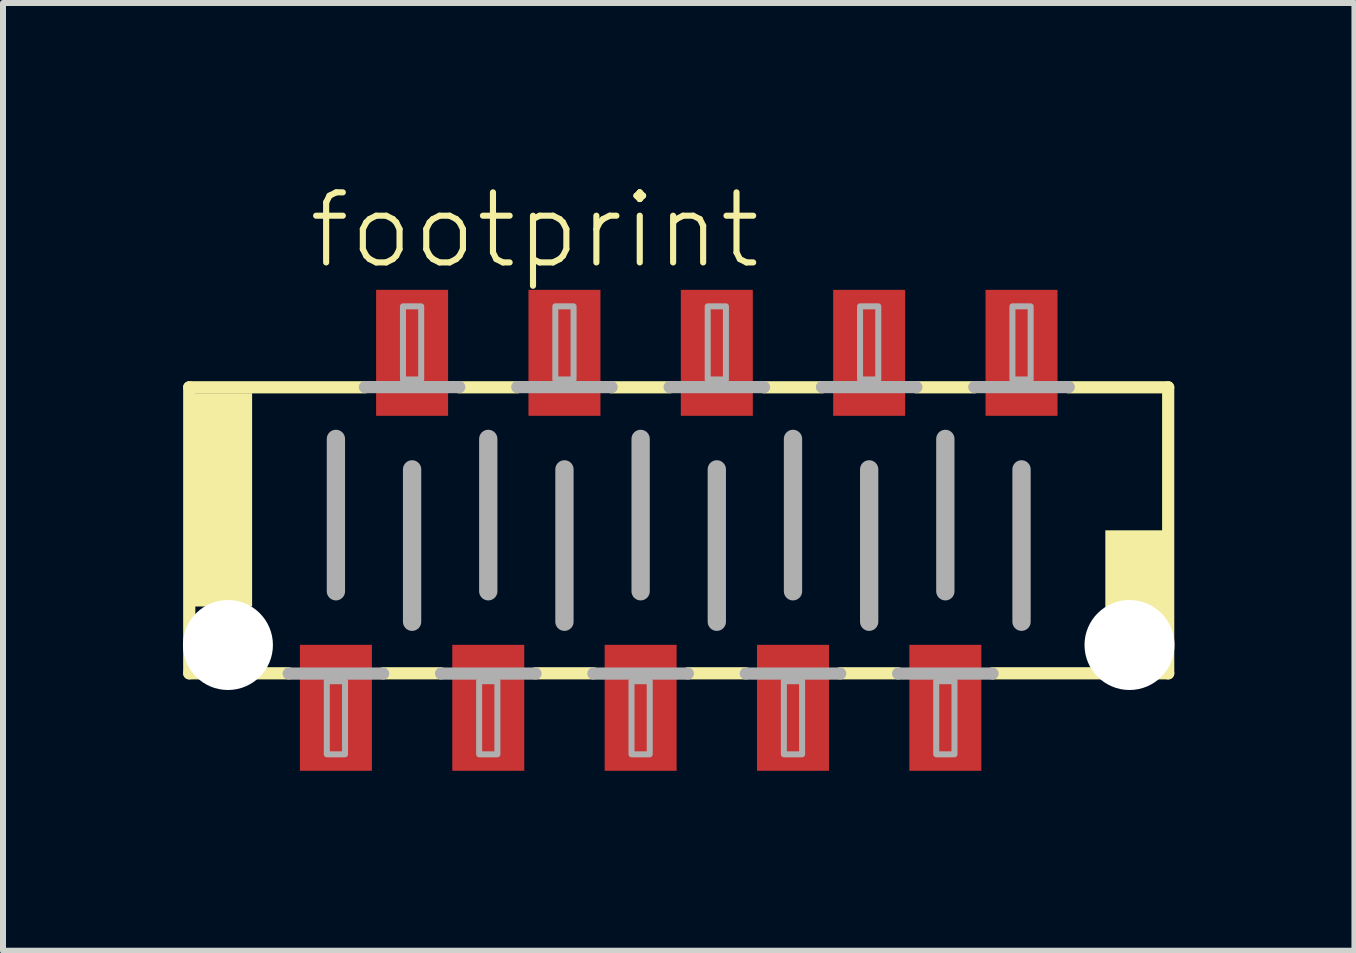
<source format=kicad_pcb>
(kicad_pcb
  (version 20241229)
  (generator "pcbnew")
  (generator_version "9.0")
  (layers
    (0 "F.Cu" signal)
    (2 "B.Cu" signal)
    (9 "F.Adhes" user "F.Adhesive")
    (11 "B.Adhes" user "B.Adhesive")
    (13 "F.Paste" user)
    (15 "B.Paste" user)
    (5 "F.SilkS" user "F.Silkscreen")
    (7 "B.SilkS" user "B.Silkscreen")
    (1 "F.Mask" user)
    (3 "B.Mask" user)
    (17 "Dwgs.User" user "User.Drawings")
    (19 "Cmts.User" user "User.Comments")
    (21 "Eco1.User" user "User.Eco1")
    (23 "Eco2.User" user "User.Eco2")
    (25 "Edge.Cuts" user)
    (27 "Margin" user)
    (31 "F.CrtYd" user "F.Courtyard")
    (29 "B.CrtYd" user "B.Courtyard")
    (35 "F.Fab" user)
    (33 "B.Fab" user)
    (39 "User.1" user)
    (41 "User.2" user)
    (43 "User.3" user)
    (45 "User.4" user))
  (footprint "footprint"
    (layer "F.Cu")
    (at 8.265 5.791)
    (property "Reference" "footprint" (at -6.223 -4.318 0) (layer "F.SilkS") (effects (font (size 1.168 1.168) (thickness 0.102)) (justify left bottom)))
    (fp_line (start -8.16 -2.384) (end -5.232 -2.384) (stroke (width 0.203) (type solid)) (layer "F.SilkS"))
    (fp_line (start -8.16 2.384) (end -8.16 -2.384) (stroke (width 0.203) (type solid)) (layer "F.SilkS"))
    (fp_line (start -6.502 2.384) (end -8.16 2.384) (stroke (width 0.203) (type solid)) (layer "F.SilkS"))
    (fp_line (start -3.962 2.384) (end -4.928 2.384) (stroke (width 0.203) (type solid)) (layer "F.SilkS"))
    (fp_line (start -3.658 -2.384) (end -2.692 -2.384) (stroke (width 0.203) (type solid)) (layer "F.SilkS"))
    (fp_line (start -1.422 2.384) (end -2.388 2.384) (stroke (width 0.203) (type solid)) (layer "F.SilkS"))
    (fp_line (start -1.118 -2.384) (end -0.152 -2.384) (stroke (width 0.203) (type solid)) (layer "F.SilkS"))
    (fp_line (start 1.118 2.384) (end 0.152 2.384) (stroke (width 0.203) (type solid)) (layer "F.SilkS"))
    (fp_line (start 1.422 -2.384) (end 2.388 -2.384) (stroke (width 0.203) (type solid)) (layer "F.SilkS"))
    (fp_line (start 3.658 2.384) (end 2.692 2.384) (stroke (width 0.203) (type solid)) (layer "F.SilkS"))
    (fp_line (start 3.962 -2.384) (end 4.928 -2.384) (stroke (width 0.203) (type solid)) (layer "F.SilkS"))
    (fp_line (start 6.502 -2.384) (end 8.16 -2.384) (stroke (width 0.203) (type solid)) (layer "F.SilkS"))
    (fp_line (start 8.16 -2.384) (end 8.16 2.384) (stroke (width 0.203) (type solid)) (layer "F.SilkS"))
    (fp_line (start 8.16 2.384) (end 5.232 2.384) (stroke (width 0.203) (type solid)) (layer "F.SilkS"))
    (fp_poly (pts (xy -8.128 1.27) (xy -7.112 1.27) (xy -7.112 -2.286) (xy -8.128 -2.286)) (stroke (width 0) (type solid)) (fill yes) (layer "F.SilkS"))
    (fp_poly (pts (xy 7.112 2.286) (xy 8.128 2.286) (xy 8.128 0) (xy 7.112 0)) (stroke (width 0) (type solid)) (fill yes) (layer "F.SilkS"))
    (fp_line (start -5.715 -1.524) (end -5.715 1.016) (stroke (width 0.305) (type solid)) (layer "F.Fab"))
    (fp_line (start -5.232 -2.388) (end -3.658 -2.388) (stroke (width 0.203) (type solid)) (layer "F.Fab"))
    (fp_line (start -4.928 2.388) (end -6.502 2.388) (stroke (width 0.203) (type solid)) (layer "F.Fab"))
    (fp_line (start -4.445 -1.016) (end -4.445 1.524) (stroke (width 0.305) (type solid)) (layer "F.Fab"))
    (fp_line (start -3.175 -1.524) (end -3.175 1.016) (stroke (width 0.305) (type solid)) (layer "F.Fab"))
    (fp_line (start -2.692 -2.388) (end -1.118 -2.388) (stroke (width 0.203) (type solid)) (layer "F.Fab"))
    (fp_line (start -2.388 2.388) (end -3.962 2.388) (stroke (width 0.203) (type solid)) (layer "F.Fab"))
    (fp_line (start -1.905 -1.016) (end -1.905 1.524) (stroke (width 0.305) (type solid)) (layer "F.Fab"))
    (fp_line (start -0.635 -1.524) (end -0.635 1.016) (stroke (width 0.305) (type solid)) (layer "F.Fab"))
    (fp_line (start -0.152 -2.388) (end 1.422 -2.388) (stroke (width 0.203) (type solid)) (layer "F.Fab"))
    (fp_line (start 0.152 2.388) (end -1.422 2.388) (stroke (width 0.203) (type solid)) (layer "F.Fab"))
    (fp_line (start 0.635 -1.016) (end 0.635 1.524) (stroke (width 0.305) (type solid)) (layer "F.Fab"))
    (fp_line (start 1.905 -1.524) (end 1.905 1.016) (stroke (width 0.305) (type solid)) (layer "F.Fab"))
    (fp_line (start 2.388 -2.388) (end 3.962 -2.388) (stroke (width 0.203) (type solid)) (layer "F.Fab"))
    (fp_line (start 2.692 2.388) (end 1.118 2.388) (stroke (width 0.203) (type solid)) (layer "F.Fab"))
    (fp_line (start 3.175 -1.016) (end 3.175 1.524) (stroke (width 0.305) (type solid)) (layer "F.Fab"))
    (fp_line (start 4.445 -1.524) (end 4.445 1.016) (stroke (width 0.305) (type solid)) (layer "F.Fab"))
    (fp_line (start 4.928 -2.388) (end 6.502 -2.388) (stroke (width 0.203) (type solid)) (layer "F.Fab"))
    (fp_line (start 5.232 2.388) (end 3.658 2.388) (stroke (width 0.203) (type solid)) (layer "F.Fab"))
    (fp_line (start 5.715 -1.016) (end 5.715 1.524) (stroke (width 0.305) (type solid)) (layer "F.Fab"))
    (fp_poly (pts (xy -5.867 3.734) (xy -5.563 3.734) (xy -5.563 2.515) (xy -5.867 2.515)) (stroke (width 0.1) (type solid)) (fill no) (layer "F.Fab"))
    (fp_poly (pts (xy -4.597 -2.515) (xy -4.293 -2.515) (xy -4.293 -3.734) (xy -4.597 -3.734)) (stroke (width 0.1) (type solid)) (fill no) (layer "F.Fab"))
    (fp_poly (pts (xy -3.327 3.734) (xy -3.023 3.734) (xy -3.023 2.515) (xy -3.327 2.515)) (stroke (width 0.1) (type solid)) (fill no) (layer "F.Fab"))
    (fp_poly (pts (xy -2.057 -2.515) (xy -1.753 -2.515) (xy -1.753 -3.734) (xy -2.057 -3.734)) (stroke (width 0.1) (type solid)) (fill no) (layer "F.Fab"))
    (fp_poly (pts (xy -0.787 3.734) (xy -0.483 3.734) (xy -0.483 2.515) (xy -0.787 2.515)) (stroke (width 0.1) (type solid)) (fill no) (layer "F.Fab"))
    (fp_poly (pts (xy 0.483 -2.515) (xy 0.787 -2.515) (xy 0.787 -3.734) (xy 0.483 -3.734)) (stroke (width 0.1) (type solid)) (fill no) (layer "F.Fab"))
    (fp_poly (pts (xy 1.753 3.734) (xy 2.057 3.734) (xy 2.057 2.515) (xy 1.753 2.515)) (stroke (width 0.1) (type solid)) (fill no) (layer "F.Fab"))
    (fp_poly (pts (xy 3.023 -2.515) (xy 3.327 -2.515) (xy 3.327 -3.734) (xy 3.023 -3.734)) (stroke (width 0.1) (type solid)) (fill no) (layer "F.Fab"))
    (fp_poly (pts (xy 4.293 3.734) (xy 4.597 3.734) (xy 4.597 2.515) (xy 4.293 2.515)) (stroke (width 0.1) (type solid)) (fill no) (layer "F.Fab"))
    (fp_poly (pts (xy 5.563 -2.515) (xy 5.867 -2.515) (xy 5.867 -3.734) (xy 5.563 -3.734)) (stroke (width 0.1) (type solid)) (fill no) (layer "F.Fab"))
    (pad "" np_thru_hole circle (at -7.515 1.912) (size 1.5 1.5) (drill 1.5) (layers "*.Cu" "*.Mask"))
    (pad "" np_thru_hole circle (at 7.515 1.912) (size 1.5 1.5) (drill 1.5) (layers "*.Cu" "*.Mask"))
    (pad "1" smd rect (at -5.715 2.959) (size 1.2 2.1) (layers "F.Cu" "F.Mask" "F.Paste"))
    (pad "2" smd rect (at -4.445 -2.959) (size 1.2 2.1) (layers "F.Cu" "F.Mask" "F.Paste"))
    (pad "3" smd rect (at -3.175 2.959) (size 1.2 2.1) (layers "F.Cu" "F.Mask" "F.Paste"))
    (pad "4" smd rect (at -1.905 -2.959) (size 1.2 2.1) (layers "F.Cu" "F.Mask" "F.Paste"))
    (pad "5" smd rect (at -0.635 2.959) (size 1.2 2.1) (layers "F.Cu" "F.Mask" "F.Paste"))
    (pad "6" smd rect (at 0.635 -2.959) (size 1.2 2.1) (layers "F.Cu" "F.Mask" "F.Paste"))
    (pad "7" smd rect (at 1.905 2.959) (size 1.2 2.1) (layers "F.Cu" "F.Mask" "F.Paste"))
    (pad "8" smd rect (at 3.175 -2.959) (size 1.2 2.1) (layers "F.Cu" "F.Mask" "F.Paste"))
    (pad "9" smd rect (at 4.445 2.959) (size 1.2 2.1) (layers "F.Cu" "F.Mask" "F.Paste"))
    (pad "10" smd rect (at 5.715 -2.959) (size 1.2 2.1) (layers "F.Cu" "F.Mask" "F.Paste")))
  (gr_rect
    (start -3 -3)
    (end 19.53 12.8)
    (stroke (width 0.1) (type default))
    (fill no)
    (layer "Edge.Cuts")))
</source>
